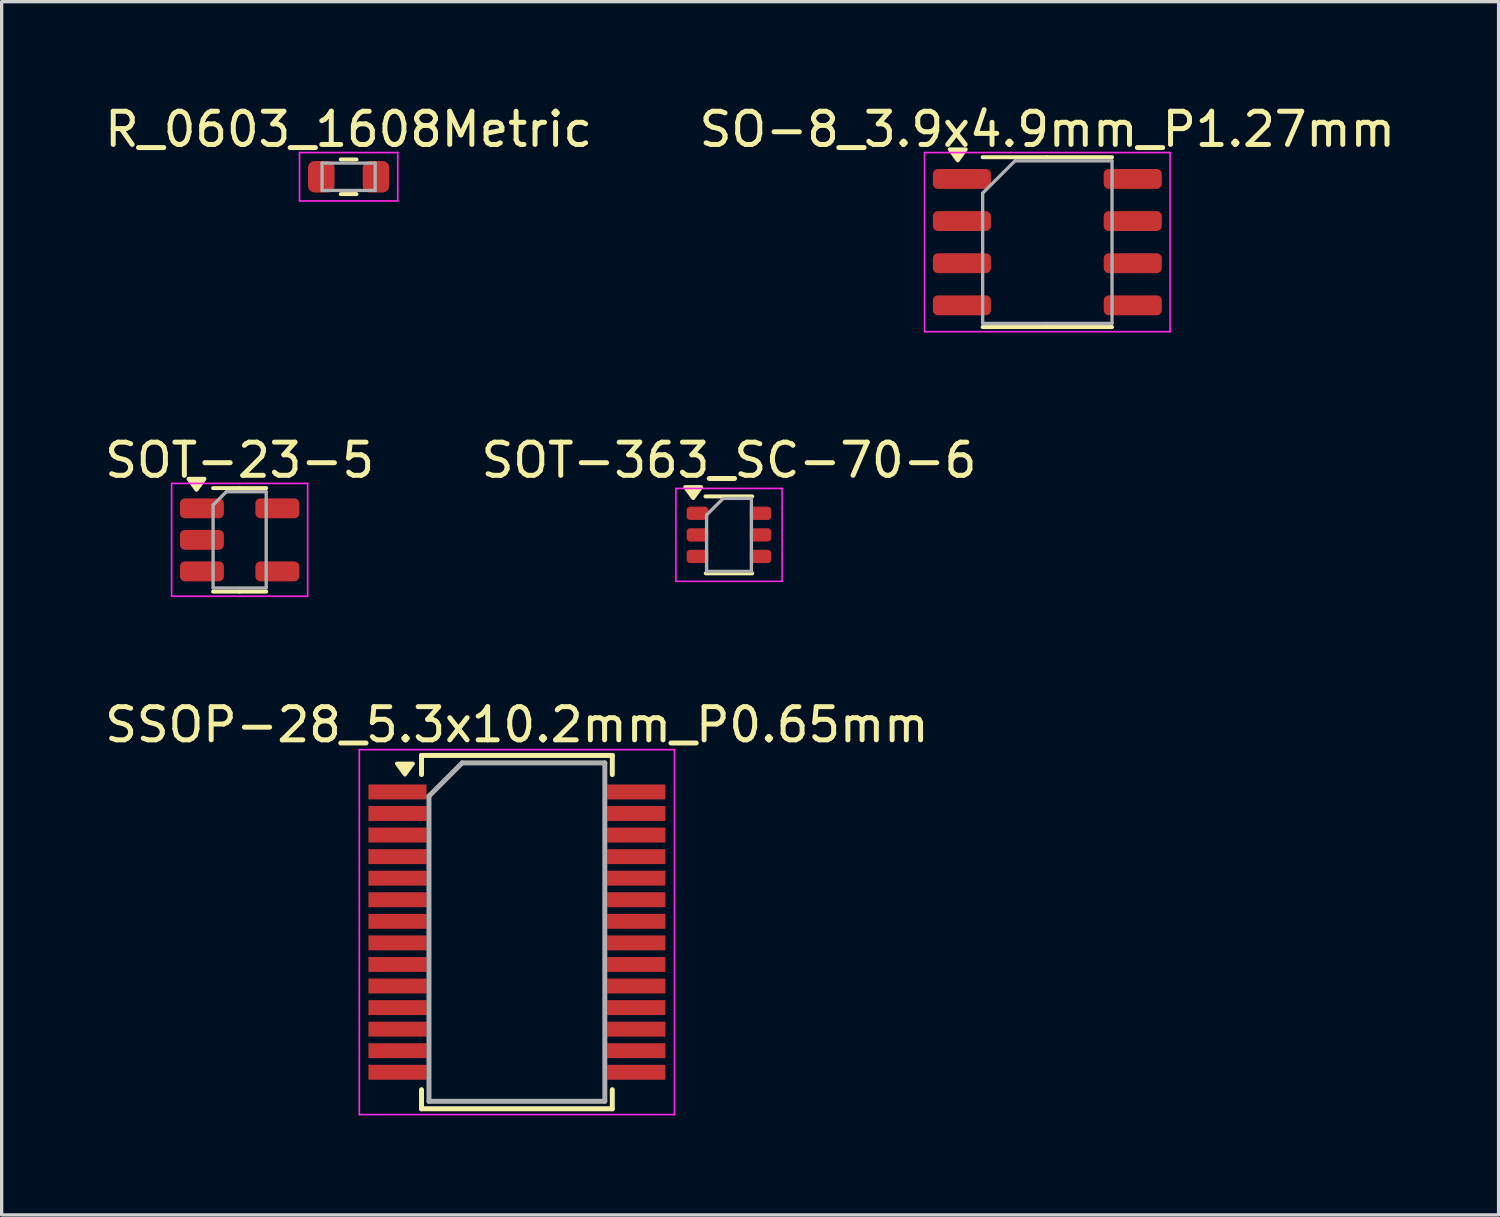
<source format=kicad_pcb>
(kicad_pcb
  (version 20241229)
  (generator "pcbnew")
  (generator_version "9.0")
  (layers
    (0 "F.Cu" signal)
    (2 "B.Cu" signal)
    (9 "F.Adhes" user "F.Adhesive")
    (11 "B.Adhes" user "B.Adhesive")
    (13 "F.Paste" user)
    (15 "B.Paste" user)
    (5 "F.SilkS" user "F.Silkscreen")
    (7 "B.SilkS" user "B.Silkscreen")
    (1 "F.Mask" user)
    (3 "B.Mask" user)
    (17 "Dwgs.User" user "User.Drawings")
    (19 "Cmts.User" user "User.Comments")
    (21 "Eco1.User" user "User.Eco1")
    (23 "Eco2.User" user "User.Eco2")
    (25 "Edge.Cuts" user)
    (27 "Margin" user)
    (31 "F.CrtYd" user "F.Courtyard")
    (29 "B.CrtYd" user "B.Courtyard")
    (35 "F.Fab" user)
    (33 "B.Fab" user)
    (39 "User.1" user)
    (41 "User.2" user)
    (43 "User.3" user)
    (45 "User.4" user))
  (footprint "R_0603_1608Metric"
    (layer "F.Cu")
    (at 7.458 2.278)
    (property "Reference" "R_0603_1608Metric" (at 0 -1.43 0) (layer "F.SilkS") (effects (font (size 1 1) (thickness 0.15))))
    (attr smd)
    (fp_line (start -0.237 -0.522) (end 0.237 -0.522) (stroke (width 0.12) (type solid)) (layer "F.SilkS"))
    (fp_line (start -0.237 0.522) (end 0.237 0.522) (stroke (width 0.12) (type solid)) (layer "F.SilkS"))
    (fp_line (start -1.48 -0.73) (end 1.48 -0.73) (stroke (width 0.05) (type solid)) (layer "F.CrtYd"))
    (fp_line (start -1.48 0.73) (end -1.48 -0.73) (stroke (width 0.05) (type solid)) (layer "F.CrtYd"))
    (fp_line (start 1.48 -0.73) (end 1.48 0.73) (stroke (width 0.05) (type solid)) (layer "F.CrtYd"))
    (fp_line (start 1.48 0.73) (end -1.48 0.73) (stroke (width 0.05) (type solid)) (layer "F.CrtYd"))
    (fp_line (start -0.8 -0.412) (end 0.8 -0.412) (stroke (width 0.1) (type solid)) (layer "F.Fab"))
    (fp_line (start -0.8 0.412) (end -0.8 -0.412) (stroke (width 0.1) (type solid)) (layer "F.Fab"))
    (fp_line (start 0.8 -0.412) (end 0.8 0.412) (stroke (width 0.1) (type solid)) (layer "F.Fab"))
    (fp_line (start 0.8 0.412) (end -0.8 0.412) (stroke (width 0.1) (type solid)) (layer "F.Fab"))
    (pad "1" smd roundrect (at -0.825 0 180) (size 0.8 0.95) (layers "F.Cu" "F.Mask" "F.Paste") (roundrect_rratio 0.25))
    (pad "2" smd roundrect (at 0.825 0 180) (size 0.8 0.95) (layers "F.Cu" "F.Mask" "F.Paste") (roundrect_rratio 0.25)))
  (footprint "SSOP-28_5.3x10.2mm_P0.65mm"
    (layer "F.Cu")
    (at 12.53 25.045)
    (property "Reference" "SSOP-28_5.3x10.2mm_P0.65mm" (at 0 -6.25 0) (layer "F.SilkS") (effects (font (size 1 1) (thickness 0.15))))
    (attr smd)
    (fp_line (start -2.875 -5.325) (end -2.875 -4.75) (stroke (width 0.15) (type solid)) (layer "F.SilkS"))
    (fp_line (start -2.875 -5.325) (end 2.875 -5.325) (stroke (width 0.15) (type solid)) (layer "F.SilkS"))
    (fp_line (start -2.875 4.75) (end -2.875 5.325) (stroke (width 0.15) (type solid)) (layer "F.SilkS"))
    (fp_line (start -2.875 5.325) (end 2.875 5.325) (stroke (width 0.15) (type solid)) (layer "F.SilkS"))
    (fp_line (start 2.875 -5.325) (end 2.875 -4.75) (stroke (width 0.15) (type solid)) (layer "F.SilkS"))
    (fp_line (start 2.875 4.75) (end 2.875 5.325) (stroke (width 0.15) (type solid)) (layer "F.SilkS"))
    (fp_poly (pts (xy -3.375 -4.75) (xy -3.615 -5.08) (xy -3.135 -5.08) (xy -3.375 -4.75)) (stroke (width 0.12) (type solid)) (fill yes) (layer "F.SilkS"))
    (fp_line (start -4.75 -5.5) (end -4.75 5.5) (stroke (width 0.05) (type solid)) (layer "F.CrtYd"))
    (fp_line (start -4.75 -5.5) (end 4.75 -5.5) (stroke (width 0.05) (type solid)) (layer "F.CrtYd"))
    (fp_line (start -4.75 5.5) (end 4.75 5.5) (stroke (width 0.05) (type solid)) (layer "F.CrtYd"))
    (fp_line (start 4.75 -5.5) (end 4.75 5.5) (stroke (width 0.05) (type solid)) (layer "F.CrtYd"))
    (fp_line (start -2.65 -4.1) (end -1.65 -5.1) (stroke (width 0.15) (type solid)) (layer "F.Fab"))
    (fp_line (start -2.65 5.1) (end -2.65 -4.1) (stroke (width 0.15) (type solid)) (layer "F.Fab"))
    (fp_line (start -1.65 -5.1) (end 2.65 -5.1) (stroke (width 0.15) (type solid)) (layer "F.Fab"))
    (fp_line (start 2.65 -5.1) (end 2.65 5.1) (stroke (width 0.15) (type solid)) (layer "F.Fab"))
    (fp_line (start 2.65 5.1) (end -2.65 5.1) (stroke (width 0.15) (type solid)) (layer "F.Fab"))
    (pad "1" smd rect (at -3.6 -4.225) (size 1.75 0.45) (layers "F.Cu" "F.Mask" "F.Paste"))
    (pad "2" smd rect (at -3.6 -3.575) (size 1.75 0.45) (layers "F.Cu" "F.Mask" "F.Paste"))
    (pad "3" smd rect (at -3.6 -2.925) (size 1.75 0.45) (layers "F.Cu" "F.Mask" "F.Paste"))
    (pad "4" smd rect (at -3.6 -2.275) (size 1.75 0.45) (layers "F.Cu" "F.Mask" "F.Paste"))
    (pad "5" smd rect (at -3.6 -1.625) (size 1.75 0.45) (layers "F.Cu" "F.Mask" "F.Paste"))
    (pad "6" smd rect (at -3.6 -0.975) (size 1.75 0.45) (layers "F.Cu" "F.Mask" "F.Paste"))
    (pad "7" smd rect (at -3.6 -0.325) (size 1.75 0.45) (layers "F.Cu" "F.Mask" "F.Paste"))
    (pad "8" smd rect (at -3.6 0.325) (size 1.75 0.45) (layers "F.Cu" "F.Mask" "F.Paste"))
    (pad "9" smd rect (at -3.6 0.975) (size 1.75 0.45) (layers "F.Cu" "F.Mask" "F.Paste"))
    (pad "10" smd rect (at -3.6 1.625) (size 1.75 0.45) (layers "F.Cu" "F.Mask" "F.Paste"))
    (pad "11" smd rect (at -3.6 2.275) (size 1.75 0.45) (layers "F.Cu" "F.Mask" "F.Paste"))
    (pad "12" smd rect (at -3.6 2.925) (size 1.75 0.45) (layers "F.Cu" "F.Mask" "F.Paste"))
    (pad "13" smd rect (at -3.6 3.575) (size 1.75 0.45) (layers "F.Cu" "F.Mask" "F.Paste"))
    (pad "14" smd rect (at -3.6 4.225) (size 1.75 0.45) (layers "F.Cu" "F.Mask" "F.Paste"))
    (pad "15" smd rect (at 3.6 4.225) (size 1.75 0.45) (layers "F.Cu" "F.Mask" "F.Paste"))
    (pad "16" smd rect (at 3.6 3.575) (size 1.75 0.45) (layers "F.Cu" "F.Mask" "F.Paste"))
    (pad "17" smd rect (at 3.6 2.925) (size 1.75 0.45) (layers "F.Cu" "F.Mask" "F.Paste"))
    (pad "18" smd rect (at 3.6 2.275) (size 1.75 0.45) (layers "F.Cu" "F.Mask" "F.Paste"))
    (pad "19" smd rect (at 3.6 1.625) (size 1.75 0.45) (layers "F.Cu" "F.Mask" "F.Paste"))
    (pad "20" smd rect (at 3.6 0.975) (size 1.75 0.45) (layers "F.Cu" "F.Mask" "F.Paste"))
    (pad "21" smd rect (at 3.6 0.325) (size 1.75 0.45) (layers "F.Cu" "F.Mask" "F.Paste"))
    (pad "22" smd rect (at 3.6 -0.325) (size 1.75 0.45) (layers "F.Cu" "F.Mask" "F.Paste"))
    (pad "23" smd rect (at 3.6 -0.975) (size 1.75 0.45) (layers "F.Cu" "F.Mask" "F.Paste"))
    (pad "24" smd rect (at 3.6 -1.625) (size 1.75 0.45) (layers "F.Cu" "F.Mask" "F.Paste"))
    (pad "25" smd rect (at 3.6 -2.275) (size 1.75 0.45) (layers "F.Cu" "F.Mask" "F.Paste"))
    (pad "26" smd rect (at 3.6 -2.925) (size 1.75 0.45) (layers "F.Cu" "F.Mask" "F.Paste"))
    (pad "27" smd rect (at 3.6 -3.575) (size 1.75 0.45) (layers "F.Cu" "F.Mask" "F.Paste"))
    (pad "28" smd rect (at 3.6 -4.225) (size 1.75 0.45) (layers "F.Cu" "F.Mask" "F.Paste")))
  (footprint "SOT-23-5"
    (layer "F.Cu")
    (at 4.173 13.222)
    (property "Reference" "SOT-23-5" (at 0 -2.4 0) (layer "F.SilkS") (effects (font (size 1 1) (thickness 0.15))))
    (attr smd)
    (fp_line (start 0 -1.56) (end -0.8 -1.56) (stroke (width 0.12) (type solid)) (layer "F.SilkS"))
    (fp_line (start 0 -1.56) (end 0.8 -1.56) (stroke (width 0.12) (type solid)) (layer "F.SilkS"))
    (fp_line (start 0 1.56) (end -0.8 1.56) (stroke (width 0.12) (type solid)) (layer "F.SilkS"))
    (fp_line (start 0 1.56) (end 0.8 1.56) (stroke (width 0.12) (type solid)) (layer "F.SilkS"))
    (fp_poly (pts (xy -1.3 -1.51) (xy -1.54 -1.84) (xy -1.06 -1.84) (xy -1.3 -1.51)) (stroke (width 0.12) (type solid)) (fill yes) (layer "F.SilkS"))
    (fp_line (start -2.05 -1.7) (end -2.05 1.7) (stroke (width 0.05) (type solid)) (layer "F.CrtYd"))
    (fp_line (start -2.05 1.7) (end 2.05 1.7) (stroke (width 0.05) (type solid)) (layer "F.CrtYd"))
    (fp_line (start 2.05 -1.7) (end -2.05 -1.7) (stroke (width 0.05) (type solid)) (layer "F.CrtYd"))
    (fp_line (start 2.05 1.7) (end 2.05 -1.7) (stroke (width 0.05) (type solid)) (layer "F.CrtYd"))
    (fp_line (start -0.8 -1.05) (end -0.4 -1.45) (stroke (width 0.1) (type solid)) (layer "F.Fab"))
    (fp_line (start -0.8 1.45) (end -0.8 -1.05) (stroke (width 0.1) (type solid)) (layer "F.Fab"))
    (fp_line (start -0.4 -1.45) (end 0.8 -1.45) (stroke (width 0.1) (type solid)) (layer "F.Fab"))
    (fp_line (start 0.8 -1.45) (end 0.8 1.45) (stroke (width 0.1) (type solid)) (layer "F.Fab"))
    (fp_line (start 0.8 1.45) (end -0.8 1.45) (stroke (width 0.1) (type solid)) (layer "F.Fab"))
    (pad "1" smd roundrect (at -1.137 -0.95) (size 1.325 0.6) (layers "F.Cu" "F.Mask" "F.Paste") (roundrect_rratio 0.25))
    (pad "2" smd roundrect (at -1.137 0) (size 1.325 0.6) (layers "F.Cu" "F.Mask" "F.Paste") (roundrect_rratio 0.25))
    (pad "3" smd roundrect (at -1.137 0.95) (size 1.325 0.6) (layers "F.Cu" "F.Mask" "F.Paste") (roundrect_rratio 0.25))
    (pad "4" smd roundrect (at 1.137 0.95) (size 1.325 0.6) (layers "F.Cu" "F.Mask" "F.Paste") (roundrect_rratio 0.25))
    (pad "5" smd roundrect (at 1.137 -0.95) (size 1.325 0.6) (layers "F.Cu" "F.Mask" "F.Paste") (roundrect_rratio 0.25)))
  (footprint "SOT-363_SC-70-6"
    (layer "F.Cu")
    (at 18.923 13.072)
    (property "Reference" "SOT-363_SC-70-6" (at 0 -2.25 0) (layer "F.SilkS") (effects (font (size 1 1) (thickness 0.15))))
    (attr smd)
    (fp_line (start -0.71 -1.16) (end 0.7 -1.16) (stroke (width 0.12) (type solid)) (layer "F.SilkS"))
    (fp_line (start -0.7 1.16) (end 0.7 1.16) (stroke (width 0.12) (type solid)) (layer "F.SilkS"))
    (fp_poly (pts (xy -1.08 -1.11) (xy -1.32 -1.44) (xy -0.84 -1.44) (xy -1.08 -1.11)) (stroke (width 0.12) (type solid)) (fill yes) (layer "F.SilkS"))
    (fp_line (start -1.6 -1.4) (end -1.6 1.4) (stroke (width 0.05) (type solid)) (layer "F.CrtYd"))
    (fp_line (start -1.6 -1.4) (end 1.6 -1.4) (stroke (width 0.05) (type solid)) (layer "F.CrtYd"))
    (fp_line (start -1.6 1.4) (end 1.6 1.4) (stroke (width 0.05) (type solid)) (layer "F.CrtYd"))
    (fp_line (start 1.6 1.4) (end 1.6 -1.4) (stroke (width 0.05) (type solid)) (layer "F.CrtYd"))
    (fp_line (start -0.675 -0.6) (end -0.675 1.1) (stroke (width 0.1) (type solid)) (layer "F.Fab"))
    (fp_line (start -0.175 -1.1) (end -0.675 -0.6) (stroke (width 0.1) (type solid)) (layer "F.Fab"))
    (fp_line (start 0.675 -1.1) (end -0.175 -1.1) (stroke (width 0.1) (type solid)) (layer "F.Fab"))
    (fp_line (start 0.675 -1.1) (end 0.675 1.1) (stroke (width 0.1) (type solid)) (layer "F.Fab"))
    (fp_line (start 0.675 1.1) (end -0.675 1.1) (stroke (width 0.1) (type solid)) (layer "F.Fab"))
    (pad "1" smd roundrect (at -0.95 -0.65) (size 0.65 0.4) (layers "F.Cu" "F.Mask" "F.Paste") (roundrect_rratio 0.25))
    (pad "2" smd roundrect (at -0.95 0) (size 0.65 0.4) (layers "F.Cu" "F.Mask" "F.Paste") (roundrect_rratio 0.25))
    (pad "3" smd roundrect (at -0.95 0.65) (size 0.65 0.4) (layers "F.Cu" "F.Mask" "F.Paste") (roundrect_rratio 0.25))
    (pad "4" smd roundrect (at 0.95 0.65) (size 0.65 0.4) (layers "F.Cu" "F.Mask" "F.Paste") (roundrect_rratio 0.25))
    (pad "5" smd roundrect (at 0.95 0) (size 0.65 0.4) (layers "F.Cu" "F.Mask" "F.Paste") (roundrect_rratio 0.25))
    (pad "6" smd roundrect (at 0.95 -0.65) (size 0.65 0.4) (layers "F.Cu" "F.Mask" "F.Paste") (roundrect_rratio 0.25)))
  (footprint "SO-8_3.9x4.9mm_P1.27mm"
    (layer "F.Cu")
    (at 28.518 4.248)
    (property "Reference" "SO-8_3.9x4.9mm_P1.27mm" (at 0 -3.4 180) (layer "F.SilkS") (effects (font (size 1 1) (thickness 0.15))))
    (attr smd)
    (fp_line (start 0 -2.56) (end -1.95 -2.56) (stroke (width 0.12) (type solid)) (layer "F.SilkS"))
    (fp_line (start 0 -2.56) (end 1.95 -2.56) (stroke (width 0.12) (type solid)) (layer "F.SilkS"))
    (fp_line (start 0 2.56) (end -1.95 2.56) (stroke (width 0.12) (type solid)) (layer "F.SilkS"))
    (fp_line (start 0 2.56) (end 1.95 2.56) (stroke (width 0.12) (type solid)) (layer "F.SilkS"))
    (fp_poly (pts (xy -2.7 -2.465) (xy -2.94 -2.795) (xy -2.46 -2.795) (xy -2.7 -2.465)) (stroke (width 0.12) (type solid)) (fill yes) (layer "F.SilkS"))
    (fp_line (start -3.7 -2.7) (end -3.7 2.7) (stroke (width 0.05) (type solid)) (layer "F.CrtYd"))
    (fp_line (start -3.7 2.7) (end 3.7 2.7) (stroke (width 0.05) (type solid)) (layer "F.CrtYd"))
    (fp_line (start 3.7 -2.7) (end -3.7 -2.7) (stroke (width 0.05) (type solid)) (layer "F.CrtYd"))
    (fp_line (start 3.7 2.7) (end 3.7 -2.7) (stroke (width 0.05) (type solid)) (layer "F.CrtYd"))
    (fp_line (start -1.95 -1.475) (end -0.975 -2.45) (stroke (width 0.1) (type solid)) (layer "F.Fab"))
    (fp_line (start -1.95 2.45) (end -1.95 -1.475) (stroke (width 0.1) (type solid)) (layer "F.Fab"))
    (fp_line (start -0.975 -2.45) (end 1.95 -2.45) (stroke (width 0.1) (type solid)) (layer "F.Fab"))
    (fp_line (start 1.95 -2.45) (end 1.95 2.45) (stroke (width 0.1) (type solid)) (layer "F.Fab"))
    (fp_line (start 1.95 2.45) (end -1.95 2.45) (stroke (width 0.1) (type solid)) (layer "F.Fab"))
    (pad "1" smd roundrect (at -2.575 -1.905) (size 1.75 0.6) (layers "F.Cu" "F.Mask" "F.Paste") (roundrect_rratio 0.25))
    (pad "2" smd roundrect (at -2.575 -0.635) (size 1.75 0.6) (layers "F.Cu" "F.Mask" "F.Paste") (roundrect_rratio 0.25))
    (pad "3" smd roundrect (at -2.575 0.635) (size 1.75 0.6) (layers "F.Cu" "F.Mask" "F.Paste") (roundrect_rratio 0.25))
    (pad "4" smd roundrect (at -2.575 1.905) (size 1.75 0.6) (layers "F.Cu" "F.Mask" "F.Paste") (roundrect_rratio 0.25))
    (pad "5" smd roundrect (at 2.575 1.905) (size 1.75 0.6) (layers "F.Cu" "F.Mask" "F.Paste") (roundrect_rratio 0.25))
    (pad "6" smd roundrect (at 2.575 0.635) (size 1.75 0.6) (layers "F.Cu" "F.Mask" "F.Paste") (roundrect_rratio 0.25))
    (pad "7" smd roundrect (at 2.575 -0.635) (size 1.75 0.6) (layers "F.Cu" "F.Mask" "F.Paste") (roundrect_rratio 0.25))
    (pad "8" smd roundrect (at 2.575 -1.905) (size 1.75 0.6) (layers "F.Cu" "F.Mask" "F.Paste") (roundrect_rratio 0.25)))
  (gr_rect
    (start -3 -3)
    (end 42.119 33.57)
    (stroke (width 0.1) (type default))
    (fill no)
    (layer "Edge.Cuts")))
</source>
